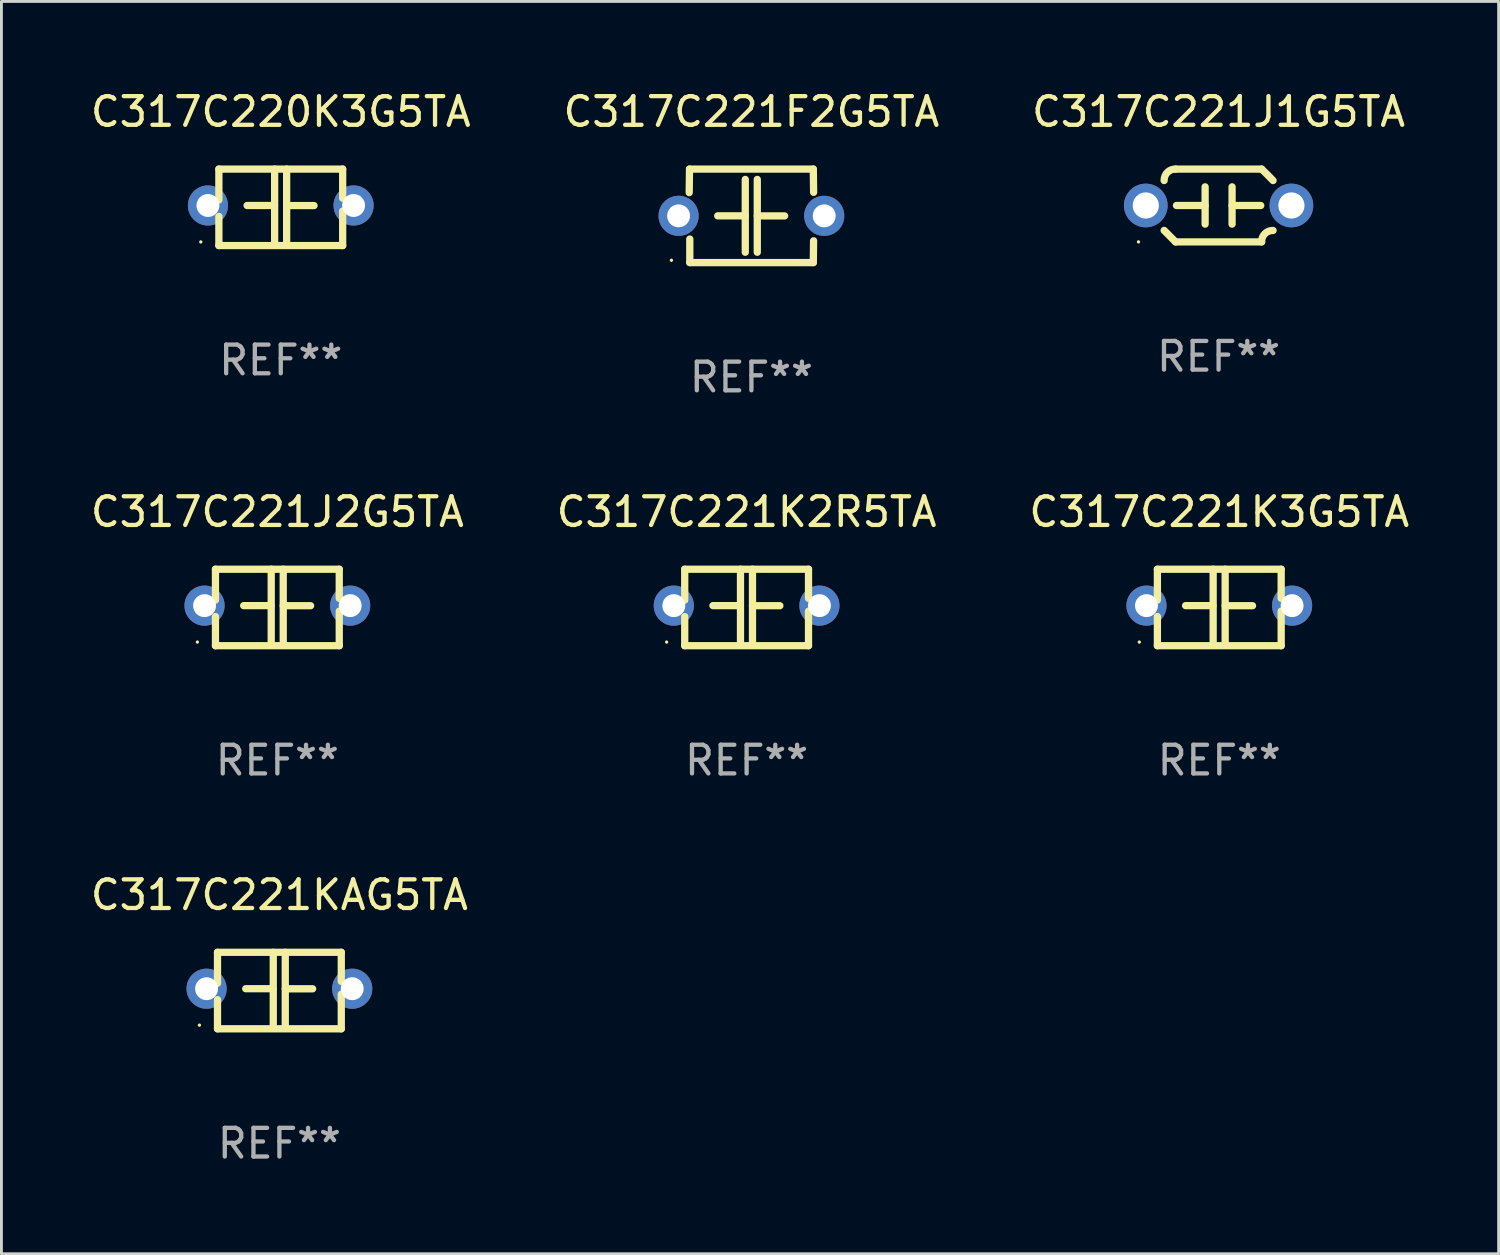
<source format=kicad_pcb>
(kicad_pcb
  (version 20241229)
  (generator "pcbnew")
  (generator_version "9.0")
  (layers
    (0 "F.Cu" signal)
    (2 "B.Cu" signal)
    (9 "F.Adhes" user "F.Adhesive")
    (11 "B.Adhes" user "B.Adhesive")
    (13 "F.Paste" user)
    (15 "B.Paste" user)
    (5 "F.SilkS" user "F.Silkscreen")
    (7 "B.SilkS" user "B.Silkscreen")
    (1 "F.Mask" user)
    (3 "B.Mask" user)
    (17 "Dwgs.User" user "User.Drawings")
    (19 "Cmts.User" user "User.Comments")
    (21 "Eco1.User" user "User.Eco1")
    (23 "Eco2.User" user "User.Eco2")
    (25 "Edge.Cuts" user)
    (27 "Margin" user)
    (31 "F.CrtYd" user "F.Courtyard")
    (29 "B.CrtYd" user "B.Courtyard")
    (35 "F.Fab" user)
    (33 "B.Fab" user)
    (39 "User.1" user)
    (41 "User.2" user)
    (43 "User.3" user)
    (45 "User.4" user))
  (footprint "C317C221J1G5TA"
    (layer "F.Cu")
    (at 39.458 4.118)
    (property "Reference" "C317C221J1G5TA" (at 0 -3.27 0) (layer "F.SilkS") (effects (font (size 1 1) (thickness 0.15))))
    (attr through_hole)
    (fp_line (start -1.5 -1.27) (end 1.5 -1.27) (stroke (width 0.254) (type solid)) (layer "F.SilkS"))
    (fp_line (start -0.47 -0.65) (end -0.47 0.65) (stroke (width 0.254) (type solid)) (layer "F.SilkS"))
    (fp_line (start -0.47 -0.000381) (end -1.47 -0.000381) (stroke (width 0.254) (type solid)) (layer "F.SilkS"))
    (fp_line (start 0.47 0.000356) (end 1.47 0.000356) (stroke (width 0.254) (type solid)) (layer "F.SilkS"))
    (fp_line (start 0.47 0.65) (end 0.47 -0.65) (stroke (width 0.254) (type solid)) (layer "F.SilkS"))
    (fp_line (start 1.5 1.27) (end -1.5 1.27) (stroke (width 0.254) (type solid)) (layer "F.SilkS"))
    (fp_arc (start -1.899924 -0.871221) (mid -1.78599 -1.156887) (end -1.5 -1.270003) (stroke (width 0.254001) (type solid)) (layer "F.SilkS"))
    (fp_arc (start -1.501217 1.269929) (mid -1.700682 1.070039) (end -1.9 0.870003) (stroke (width 0.254001) (type solid)) (layer "F.SilkS"))
    (fp_arc (start 1.5 1.270003) (mid 1.614112 0.984517) (end 1.899923 0.871222) (stroke (width 0.254001) (type solid)) (layer "F.SilkS"))
    (fp_arc (start 1.501219 -1.269927) (mid 1.70319 -1.072538) (end 1.9 -0.870003) (stroke (width 0.254001) (type solid)) (layer "F.SilkS"))
    (fp_circle (center -2.795 1.27) (end -2.765 1.27) (stroke (width 0.06) (type solid)) (fill no) (layer "F.SilkS"))
    (fp_text user "REF**" (at 0 5.27 0) (layer "F.Fab") (effects (font (size 1 1) (thickness 0.15))))
    (pad "1" thru_hole circle (at -2.54 0) (size 1.524 1.524) (drill 0.914) (layers "*.Cu" "*.Mask"))
    (pad "2" thru_hole circle (at 2.54 0) (size 1.524 1.524) (drill 0.914) (layers "*.Cu" "*.Mask")))
  (footprint "C317C221KAG5TA"
    (layer "F.Cu")
    (at 6.696 31.503)
    (property "Reference" "C317C221KAG5TA" (at 0 -3.334 0) (layer "F.SilkS") (effects (font (size 1 1) (thickness 0.15))))
    (attr through_hole)
    (fp_line (start -2.159 -1.334) (end 2.159 -1.334) (stroke (width 0.254) (type solid)) (layer "F.SilkS"))
    (fp_line (start -2.159 -0.256) (end -2.159 -1.334) (stroke (width 0.254) (type solid)) (layer "F.SilkS"))
    (fp_line (start -2.159 1.334) (end -2.159 0.318) (stroke (width 0.254) (type solid)) (layer "F.SilkS"))
    (fp_line (start -0.22 -0.064) (end -1.175 -0.064) (stroke (width 0.254) (type solid)) (layer "F.SilkS"))
    (fp_line (start -0.214 -1.334) (end -0.214 1.207) (stroke (width 0.254) (type solid)) (layer "F.SilkS"))
    (fp_line (start 0.205 -1.334) (end 0.205 1.207) (stroke (width 0.254) (type solid)) (layer "F.SilkS"))
    (fp_line (start 0.205 -0.061) (end 1.16 -0.061) (stroke (width 0.254) (type solid)) (layer "F.SilkS"))
    (fp_line (start 2.159 -1.334) (end 2.159 -0.318) (stroke (width 0.254) (type solid)) (layer "F.SilkS"))
    (fp_line (start 2.159 0.129) (end 2.159 1.334) (stroke (width 0.254) (type solid)) (layer "F.SilkS"))
    (fp_line (start 2.159 1.334) (end -2.159 1.334) (stroke (width 0.254) (type solid)) (layer "F.SilkS"))
    (fp_circle (center -2.79 1.207) (end -2.76 1.207) (stroke (width 0.06) (type solid)) (fill no) (layer "F.SilkS"))
    (fp_text user "REF**" (at 0 5.334 0) (layer "F.Fab") (effects (font (size 1 1) (thickness 0.15))))
    (pad "1" thru_hole circle (at -2.54 -0.064) (size 1.4 1.4) (drill 0.8) (layers "*.Cu" "*.Mask"))
    (pad "2" thru_hole circle (at 2.54 -0.064) (size 1.4 1.4) (drill 0.8) (layers "*.Cu" "*.Mask")))
  (footprint "C317C221F2G5TA"
    (layer "F.Cu")
    (at 23.161 4.479)
    (property "Reference" "C317C221F2G5TA" (at 0 -3.631 0) (layer "F.SilkS") (effects (font (size 1 1) (thickness 0.15))))
    (attr through_hole)
    (fp_line (start -2.17 -0.81) (end -2.159 -1.631) (stroke (width 0.254) (type solid)) (layer "F.SilkS"))
    (fp_line (start -2.159 -1.631) (end 2.159 -1.631) (stroke (width 0.254) (type solid)) (layer "F.SilkS"))
    (fp_line (start -2.149 1.631) (end -2.149 0.81) (stroke (width 0.254) (type solid)) (layer "F.SilkS"))
    (fp_line (start -0.22 0) (end -1.175 0) (stroke (width 0.254) (type solid)) (layer "F.SilkS"))
    (fp_line (start -0.214 -1.27) (end -0.214 1.27) (stroke (width 0.254) (type solid)) (layer "F.SilkS"))
    (fp_line (start 0.205 -1.27) (end 0.205 1.27) (stroke (width 0.254) (type solid)) (layer "F.SilkS"))
    (fp_line (start 0.205 0.002) (end 1.16 0.002) (stroke (width 0.254) (type solid)) (layer "F.SilkS"))
    (fp_line (start 2.159 -1.631) (end 2.17 -0.82) (stroke (width 0.254) (type solid)) (layer "F.SilkS"))
    (fp_line (start 2.159 1.631) (end -2.149 1.631) (stroke (width 0.254) (type solid)) (layer "F.SilkS"))
    (fp_line (start 2.169 0.871) (end 2.159 1.631) (stroke (width 0.254) (type solid)) (layer "F.SilkS"))
    (fp_circle (center -2.79 1.55) (end -2.76 1.55) (stroke (width 0.06) (type solid)) (fill no) (layer "F.SilkS"))
    (fp_text user "REF**" (at 0 5.631 0) (layer "F.Fab") (effects (font (size 1 1) (thickness 0.15))))
    (pad "1" thru_hole circle (at -2.54 0) (size 1.4 1.4) (drill 0.8) (layers "*.Cu" "*.Mask"))
    (pad "2" thru_hole circle (at 2.54 0) (size 1.4 1.4) (drill 0.8) (layers "*.Cu" "*.Mask")))
  (footprint "C317C220K3G5TA"
    (layer "F.Cu")
    (at 6.744 4.182)
    (property "Reference" "C317C220K3G5TA" (at 0 -3.334 0) (layer "F.SilkS") (effects (font (size 1 1) (thickness 0.15))))
    (attr through_hole)
    (fp_line (start -2.159 -1.334) (end 2.159 -1.334) (stroke (width 0.254) (type solid)) (layer "F.SilkS"))
    (fp_line (start -2.159 -0.256) (end -2.159 -1.334) (stroke (width 0.254) (type solid)) (layer "F.SilkS"))
    (fp_line (start -2.159 1.334) (end -2.159 0.318) (stroke (width 0.254) (type solid)) (layer "F.SilkS"))
    (fp_line (start -0.22 -0.064) (end -1.175 -0.064) (stroke (width 0.254) (type solid)) (layer "F.SilkS"))
    (fp_line (start -0.214 -1.334) (end -0.214 1.207) (stroke (width 0.254) (type solid)) (layer "F.SilkS"))
    (fp_line (start 0.205 -1.334) (end 0.205 1.207) (stroke (width 0.254) (type solid)) (layer "F.SilkS"))
    (fp_line (start 0.205 -0.061) (end 1.16 -0.061) (stroke (width 0.254) (type solid)) (layer "F.SilkS"))
    (fp_line (start 2.159 -1.334) (end 2.159 -0.318) (stroke (width 0.254) (type solid)) (layer "F.SilkS"))
    (fp_line (start 2.159 0.129) (end 2.159 1.334) (stroke (width 0.254) (type solid)) (layer "F.SilkS"))
    (fp_line (start 2.159 1.334) (end -2.159 1.334) (stroke (width 0.254) (type solid)) (layer "F.SilkS"))
    (fp_circle (center -2.79 1.207) (end -2.76 1.207) (stroke (width 0.06) (type solid)) (fill no) (layer "F.SilkS"))
    (fp_text user "REF**" (at 0 5.334 0) (layer "F.Fab") (effects (font (size 1 1) (thickness 0.15))))
    (pad "1" thru_hole circle (at -2.54 -0.064) (size 1.4 1.4) (drill 0.8) (layers "*.Cu" "*.Mask"))
    (pad "2" thru_hole circle (at 2.54 -0.064) (size 1.4 1.4) (drill 0.8) (layers "*.Cu" "*.Mask")))
  (footprint "C317C221J2G5TA"
    (layer "F.Cu")
    (at 6.625 18.14)
    (property "Reference" "C317C221J2G5TA" (at 0 -3.334 0) (layer "F.SilkS") (effects (font (size 1 1) (thickness 0.15))))
    (attr through_hole)
    (fp_line (start -2.159 -1.334) (end 2.159 -1.334) (stroke (width 0.254) (type solid)) (layer "F.SilkS"))
    (fp_line (start -2.159 -0.256) (end -2.159 -1.334) (stroke (width 0.254) (type solid)) (layer "F.SilkS"))
    (fp_line (start -2.159 1.334) (end -2.159 0.318) (stroke (width 0.254) (type solid)) (layer "F.SilkS"))
    (fp_line (start -0.22 -0.064) (end -1.175 -0.064) (stroke (width 0.254) (type solid)) (layer "F.SilkS"))
    (fp_line (start -0.214 -1.334) (end -0.214 1.207) (stroke (width 0.254) (type solid)) (layer "F.SilkS"))
    (fp_line (start 0.205 -1.334) (end 0.205 1.207) (stroke (width 0.254) (type solid)) (layer "F.SilkS"))
    (fp_line (start 0.205 -0.061) (end 1.16 -0.061) (stroke (width 0.254) (type solid)) (layer "F.SilkS"))
    (fp_line (start 2.159 -1.334) (end 2.159 -0.318) (stroke (width 0.254) (type solid)) (layer "F.SilkS"))
    (fp_line (start 2.159 0.129) (end 2.159 1.334) (stroke (width 0.254) (type solid)) (layer "F.SilkS"))
    (fp_line (start 2.159 1.334) (end -2.159 1.334) (stroke (width 0.254) (type solid)) (layer "F.SilkS"))
    (fp_circle (center -2.79 1.207) (end -2.76 1.207) (stroke (width 0.06) (type solid)) (fill no) (layer "F.SilkS"))
    (fp_text user "REF**" (at 0 5.334 0) (layer "F.Fab") (effects (font (size 1 1) (thickness 0.15))))
    (pad "1" thru_hole circle (at -2.54 -0.064) (size 1.4 1.4) (drill 0.8) (layers "*.Cu" "*.Mask"))
    (pad "2" thru_hole circle (at 2.54 -0.064) (size 1.4 1.4) (drill 0.8) (layers "*.Cu" "*.Mask")))
  (footprint "C317C221K3G5TA"
    (layer "F.Cu")
    (at 39.482 18.14)
    (property "Reference" "C317C221K3G5TA" (at 0 -3.334 0) (layer "F.SilkS") (effects (font (size 1 1) (thickness 0.15))))
    (attr through_hole)
    (fp_line (start -2.159 -1.334) (end 2.159 -1.334) (stroke (width 0.254) (type solid)) (layer "F.SilkS"))
    (fp_line (start -2.159 -0.256) (end -2.159 -1.334) (stroke (width 0.254) (type solid)) (layer "F.SilkS"))
    (fp_line (start -2.159 1.334) (end -2.159 0.318) (stroke (width 0.254) (type solid)) (layer "F.SilkS"))
    (fp_line (start -0.22 -0.064) (end -1.175 -0.064) (stroke (width 0.254) (type solid)) (layer "F.SilkS"))
    (fp_line (start -0.214 -1.334) (end -0.214 1.207) (stroke (width 0.254) (type solid)) (layer "F.SilkS"))
    (fp_line (start 0.205 -1.334) (end 0.205 1.207) (stroke (width 0.254) (type solid)) (layer "F.SilkS"))
    (fp_line (start 0.205 -0.061) (end 1.16 -0.061) (stroke (width 0.254) (type solid)) (layer "F.SilkS"))
    (fp_line (start 2.159 -1.334) (end 2.159 -0.318) (stroke (width 0.254) (type solid)) (layer "F.SilkS"))
    (fp_line (start 2.159 0.129) (end 2.159 1.334) (stroke (width 0.254) (type solid)) (layer "F.SilkS"))
    (fp_line (start 2.159 1.334) (end -2.159 1.334) (stroke (width 0.254) (type solid)) (layer "F.SilkS"))
    (fp_circle (center -2.79 1.207) (end -2.76 1.207) (stroke (width 0.06) (type solid)) (fill no) (layer "F.SilkS"))
    (fp_text user "REF**" (at 0 5.334 0) (layer "F.Fab") (effects (font (size 1 1) (thickness 0.15))))
    (pad "1" thru_hole circle (at -2.54 -0.064) (size 1.4 1.4) (drill 0.8) (layers "*.Cu" "*.Mask"))
    (pad "2" thru_hole circle (at 2.54 -0.064) (size 1.4 1.4) (drill 0.8) (layers "*.Cu" "*.Mask")))
  (footprint "C317C221K2R5TA"
    (layer "F.Cu")
    (at 22.994 18.14)
    (property "Reference" "C317C221K2R5TA" (at 0 -3.334 0) (layer "F.SilkS") (effects (font (size 1 1) (thickness 0.15))))
    (attr through_hole)
    (fp_line (start -2.159 -1.334) (end 2.159 -1.334) (stroke (width 0.254) (type solid)) (layer "F.SilkS"))
    (fp_line (start -2.159 -0.256) (end -2.159 -1.334) (stroke (width 0.254) (type solid)) (layer "F.SilkS"))
    (fp_line (start -2.159 1.334) (end -2.159 0.318) (stroke (width 0.254) (type solid)) (layer "F.SilkS"))
    (fp_line (start -0.22 -0.064) (end -1.175 -0.064) (stroke (width 0.254) (type solid)) (layer "F.SilkS"))
    (fp_line (start -0.214 -1.334) (end -0.214 1.207) (stroke (width 0.254) (type solid)) (layer "F.SilkS"))
    (fp_line (start 0.205 -1.334) (end 0.205 1.207) (stroke (width 0.254) (type solid)) (layer "F.SilkS"))
    (fp_line (start 0.205 -0.061) (end 1.16 -0.061) (stroke (width 0.254) (type solid)) (layer "F.SilkS"))
    (fp_line (start 2.159 -1.334) (end 2.159 -0.318) (stroke (width 0.254) (type solid)) (layer "F.SilkS"))
    (fp_line (start 2.159 0.129) (end 2.159 1.334) (stroke (width 0.254) (type solid)) (layer "F.SilkS"))
    (fp_line (start 2.159 1.334) (end -2.159 1.334) (stroke (width 0.254) (type solid)) (layer "F.SilkS"))
    (fp_circle (center -2.79 1.207) (end -2.76 1.207) (stroke (width 0.06) (type solid)) (fill no) (layer "F.SilkS"))
    (fp_text user "REF**" (at 0 5.334 0) (layer "F.Fab") (effects (font (size 1 1) (thickness 0.15))))
    (pad "1" thru_hole circle (at -2.54 -0.064) (size 1.4 1.4) (drill 0.8) (layers "*.Cu" "*.Mask"))
    (pad "2" thru_hole circle (at 2.54 -0.064) (size 1.4 1.4) (drill 0.8) (layers "*.Cu" "*.Mask")))
  (gr_rect
    (start -3 -3)
    (end 49.226 40.685)
    (stroke (width 0.1) (type default))
    (fill no)
    (layer "Edge.Cuts")))
</source>
